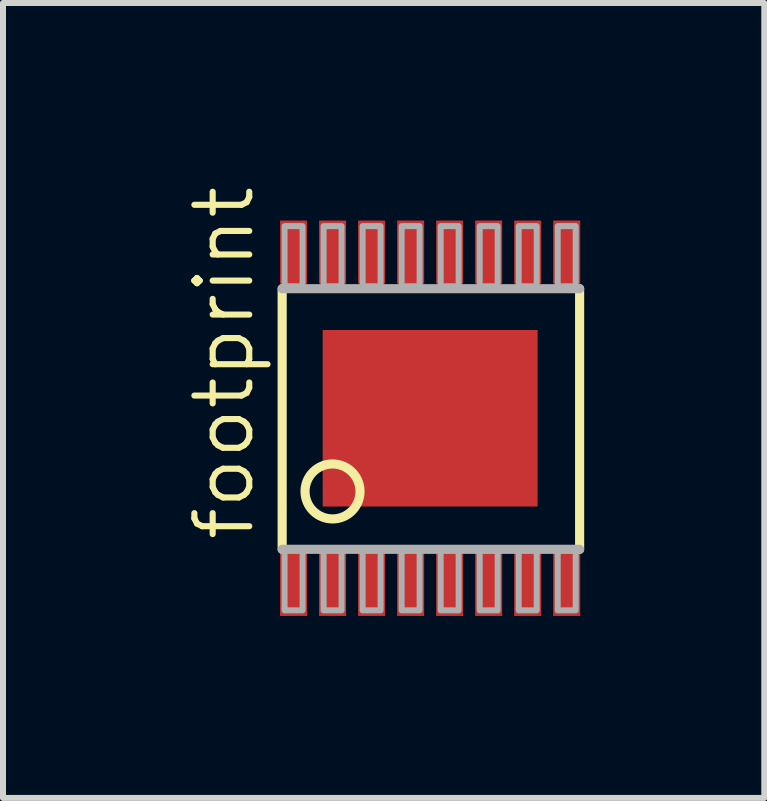
<source format=kicad_pcb>
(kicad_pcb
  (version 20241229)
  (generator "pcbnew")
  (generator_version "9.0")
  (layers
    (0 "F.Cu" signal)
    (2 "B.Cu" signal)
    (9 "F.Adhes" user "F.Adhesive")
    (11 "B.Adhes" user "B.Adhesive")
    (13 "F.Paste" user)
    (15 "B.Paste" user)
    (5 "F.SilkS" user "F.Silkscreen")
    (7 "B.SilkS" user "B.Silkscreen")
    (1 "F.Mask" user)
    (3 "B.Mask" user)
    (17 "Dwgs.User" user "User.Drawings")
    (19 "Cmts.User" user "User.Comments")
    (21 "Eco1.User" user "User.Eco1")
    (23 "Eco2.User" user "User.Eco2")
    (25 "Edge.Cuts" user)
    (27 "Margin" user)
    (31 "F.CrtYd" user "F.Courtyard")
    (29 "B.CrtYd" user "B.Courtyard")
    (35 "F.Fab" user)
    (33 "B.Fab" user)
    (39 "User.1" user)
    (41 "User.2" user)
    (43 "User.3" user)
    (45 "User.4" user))
  (footprint "footprint"
    (layer "F.Cu")
    (at 4.115 3.917)
    (property "Reference" "footprint" (at -2.896 2.083 90) (layer "F.SilkS") (effects (font (size 0.914 0.914) (thickness 0.102)) (justify left bottom)))
    (fp_poly (pts (xy -2.525 3.325) (xy -2.025 3.325) (xy -2.025 2.225) (xy -2.525 2.225)) (stroke (width 0) (type solid)) (fill yes) (layer "F.Mask"))
    (fp_poly (pts (xy -2.025 -3.325) (xy -2.525 -3.325) (xy -2.525 -2.225) (xy -2.025 -2.225)) (stroke (width 0) (type solid)) (fill yes) (layer "F.Mask"))
    (fp_poly (pts (xy -1.875 3.325) (xy -1.375 3.325) (xy -1.375 2.225) (xy -1.875 2.225)) (stroke (width 0) (type solid)) (fill yes) (layer "F.Mask"))
    (fp_poly (pts (xy -1.375 -3.325) (xy -1.875 -3.325) (xy -1.875 -2.225) (xy -1.375 -2.225)) (stroke (width 0) (type solid)) (fill yes) (layer "F.Mask"))
    (fp_poly (pts (xy -1.225 3.325) (xy -0.725 3.325) (xy -0.725 2.225) (xy -1.225 2.225)) (stroke (width 0) (type solid)) (fill yes) (layer "F.Mask"))
    (fp_poly (pts (xy -0.725 -3.325) (xy -1.225 -3.325) (xy -1.225 -2.225) (xy -0.725 -2.225)) (stroke (width 0) (type solid)) (fill yes) (layer "F.Mask"))
    (fp_poly (pts (xy -0.575 3.325) (xy -0.075 3.325) (xy -0.075 2.225) (xy -0.575 2.225)) (stroke (width 0) (type solid)) (fill yes) (layer "F.Mask"))
    (fp_poly (pts (xy -0.075 -3.325) (xy -0.575 -3.325) (xy -0.575 -2.225) (xy -0.075 -2.225)) (stroke (width 0) (type solid)) (fill yes) (layer "F.Mask"))
    (fp_poly (pts (xy 0.075 3.325) (xy 0.575 3.325) (xy 0.575 2.225) (xy 0.075 2.225)) (stroke (width 0) (type solid)) (fill yes) (layer "F.Mask"))
    (fp_poly (pts (xy 0.575 -3.325) (xy 0.075 -3.325) (xy 0.075 -2.225) (xy 0.575 -2.225)) (stroke (width 0) (type solid)) (fill yes) (layer "F.Mask"))
    (fp_poly (pts (xy 0.725 3.325) (xy 1.225 3.325) (xy 1.225 2.225) (xy 0.725 2.225)) (stroke (width 0) (type solid)) (fill yes) (layer "F.Mask"))
    (fp_poly (pts (xy 1.225 -3.325) (xy 0.725 -3.325) (xy 0.725 -2.225) (xy 1.225 -2.225)) (stroke (width 0) (type solid)) (fill yes) (layer "F.Mask"))
    (fp_poly (pts (xy 1.375 3.325) (xy 1.875 3.325) (xy 1.875 2.225) (xy 1.375 2.225)) (stroke (width 0) (type solid)) (fill yes) (layer "F.Mask"))
    (fp_poly (pts (xy 1.875 -3.325) (xy 1.375 -3.325) (xy 1.375 -2.225) (xy 1.875 -2.225)) (stroke (width 0) (type solid)) (fill yes) (layer "F.Mask"))
    (fp_poly (pts (xy 2.025 3.325) (xy 2.525 3.325) (xy 2.525 2.225) (xy 2.025 2.225)) (stroke (width 0) (type solid)) (fill yes) (layer "F.Mask"))
    (fp_poly (pts (xy 2.525 -3.325) (xy 2.025 -3.325) (xy 2.025 -2.225) (xy 2.525 -2.225)) (stroke (width 0) (type solid)) (fill yes) (layer "F.Mask"))
    (fp_line (start -2.465 2.183) (end -2.465 -2.158) (stroke (width 0.152) (type solid)) (layer "F.SilkS"))
    (fp_line (start 2.49 -2.158) (end 2.49 2.183) (stroke (width 0.152) (type solid)) (layer "F.SilkS"))
    (fp_circle (center -1.626 1.219) (end -1.168 1.219) (stroke (width 0.152) (type solid)) (fill no) (layer "F.SilkS"))
    (fp_line (start -2.465 2.183) (end 2.49 2.183) (stroke (width 0.152) (type solid)) (layer "F.Fab"))
    (fp_line (start 2.49 -2.158) (end -2.465 -2.158) (stroke (width 0.152) (type solid)) (layer "F.Fab"))
    (fp_poly (pts (xy -2.425 -2.2) (xy -2.125 -2.2) (xy -2.125 -3.2) (xy -2.425 -3.2)) (stroke (width 0.1) (type solid)) (fill no) (layer "F.Fab"))
    (fp_poly (pts (xy -2.125 2.2) (xy -2.425 2.2) (xy -2.425 3.2) (xy -2.125 3.2)) (stroke (width 0.1) (type solid)) (fill no) (layer "F.Fab"))
    (fp_poly (pts (xy -1.775 -2.2) (xy -1.475 -2.2) (xy -1.475 -3.2) (xy -1.775 -3.2)) (stroke (width 0.1) (type solid)) (fill no) (layer "F.Fab"))
    (fp_poly (pts (xy -1.475 2.2) (xy -1.775 2.2) (xy -1.775 3.2) (xy -1.475 3.2)) (stroke (width 0.1) (type solid)) (fill no) (layer "F.Fab"))
    (fp_poly (pts (xy -1.125 -2.2) (xy -0.825 -2.2) (xy -0.825 -3.2) (xy -1.125 -3.2)) (stroke (width 0.1) (type solid)) (fill no) (layer "F.Fab"))
    (fp_poly (pts (xy -0.825 2.2) (xy -1.125 2.2) (xy -1.125 3.2) (xy -0.825 3.2)) (stroke (width 0.1) (type solid)) (fill no) (layer "F.Fab"))
    (fp_poly (pts (xy -0.475 -2.2) (xy -0.175 -2.2) (xy -0.175 -3.2) (xy -0.475 -3.2)) (stroke (width 0.1) (type solid)) (fill no) (layer "F.Fab"))
    (fp_poly (pts (xy -0.175 2.2) (xy -0.475 2.2) (xy -0.475 3.2) (xy -0.175 3.2)) (stroke (width 0.1) (type solid)) (fill no) (layer "F.Fab"))
    (fp_poly (pts (xy 0.175 -2.2) (xy 0.475 -2.2) (xy 0.475 -3.2) (xy 0.175 -3.2)) (stroke (width 0.1) (type solid)) (fill no) (layer "F.Fab"))
    (fp_poly (pts (xy 0.475 2.2) (xy 0.175 2.2) (xy 0.175 3.2) (xy 0.475 3.2)) (stroke (width 0.1) (type solid)) (fill no) (layer "F.Fab"))
    (fp_poly (pts (xy 0.825 -2.2) (xy 1.125 -2.2) (xy 1.125 -3.2) (xy 0.825 -3.2)) (stroke (width 0.1) (type solid)) (fill no) (layer "F.Fab"))
    (fp_poly (pts (xy 1.125 2.2) (xy 0.825 2.2) (xy 0.825 3.2) (xy 1.125 3.2)) (stroke (width 0.1) (type solid)) (fill no) (layer "F.Fab"))
    (fp_poly (pts (xy 1.475 -2.2) (xy 1.775 -2.2) (xy 1.775 -3.2) (xy 1.475 -3.2)) (stroke (width 0.1) (type solid)) (fill no) (layer "F.Fab"))
    (fp_poly (pts (xy 1.775 2.2) (xy 1.475 2.2) (xy 1.475 3.2) (xy 1.775 3.2)) (stroke (width 0.1) (type solid)) (fill no) (layer "F.Fab"))
    (fp_poly (pts (xy 2.125 -2.2) (xy 2.425 -2.2) (xy 2.425 -3.2) (xy 2.125 -3.2)) (stroke (width 0.1) (type solid)) (fill no) (layer "F.Fab"))
    (fp_poly (pts (xy 2.425 2.2) (xy 2.125 2.2) (xy 2.125 3.2) (xy 2.425 3.2)) (stroke (width 0.1) (type solid)) (fill no) (layer "F.Fab"))
    (pad "1" smd rect (at -2.275 2.768) (size 0.45 1.05) (layers "F.Cu" "F.Paste"))
    (pad "2" smd rect (at -1.625 2.768) (size 0.45 1.05) (layers "F.Cu" "F.Paste"))
    (pad "3" smd rect (at -0.975 2.768) (size 0.45 1.05) (layers "F.Cu" "F.Paste"))
    (pad "4" smd rect (at -0.325 2.768) (size 0.45 1.05) (layers "F.Cu" "F.Paste"))
    (pad "5" smd rect (at 0.325 2.768) (size 0.45 1.05) (layers "F.Cu" "F.Paste"))
    (pad "6" smd rect (at 0.975 2.768) (size 0.45 1.05) (layers "F.Cu" "F.Paste"))
    (pad "7" smd rect (at 1.625 2.768) (size 0.45 1.05) (layers "F.Cu" "F.Paste"))
    (pad "8" smd rect (at 2.275 2.768) (size 0.45 1.05) (layers "F.Cu" "F.Paste"))
    (pad "9" smd rect (at 2.275 -2.768) (size 0.45 1.05) (layers "F.Cu" "F.Paste"))
    (pad "10" smd rect (at 1.625 -2.768) (size 0.45 1.05) (layers "F.Cu" "F.Paste"))
    (pad "11" smd rect (at 0.975 -2.768) (size 0.45 1.05) (layers "F.Cu" "F.Paste"))
    (pad "12" smd rect (at 0.325 -2.768) (size 0.45 1.05) (layers "F.Cu" "F.Paste"))
    (pad "13" smd rect (at -0.325 -2.768) (size 0.45 1.05) (layers "F.Cu" "F.Paste"))
    (pad "14" smd rect (at -0.975 -2.768) (size 0.45 1.05) (layers "F.Cu" "F.Paste"))
    (pad "15" smd rect (at -1.625 -2.768) (size 0.45 1.05) (layers "F.Cu" "F.Paste"))
    (pad "16" smd rect (at -2.275 -2.768) (size 0.45 1.05) (layers "F.Cu" "F.Paste"))
    (pad "EXP" smd rect (at 0 0) (size 3.58 2.94) (layers "F.Cu" "F.Mask" "F.Paste")))
  (gr_rect
    (start -3 -3)
    (end 9.681 10.242)
    (stroke (width 0.1) (type default))
    (fill no)
    (layer "Edge.Cuts")))
</source>
